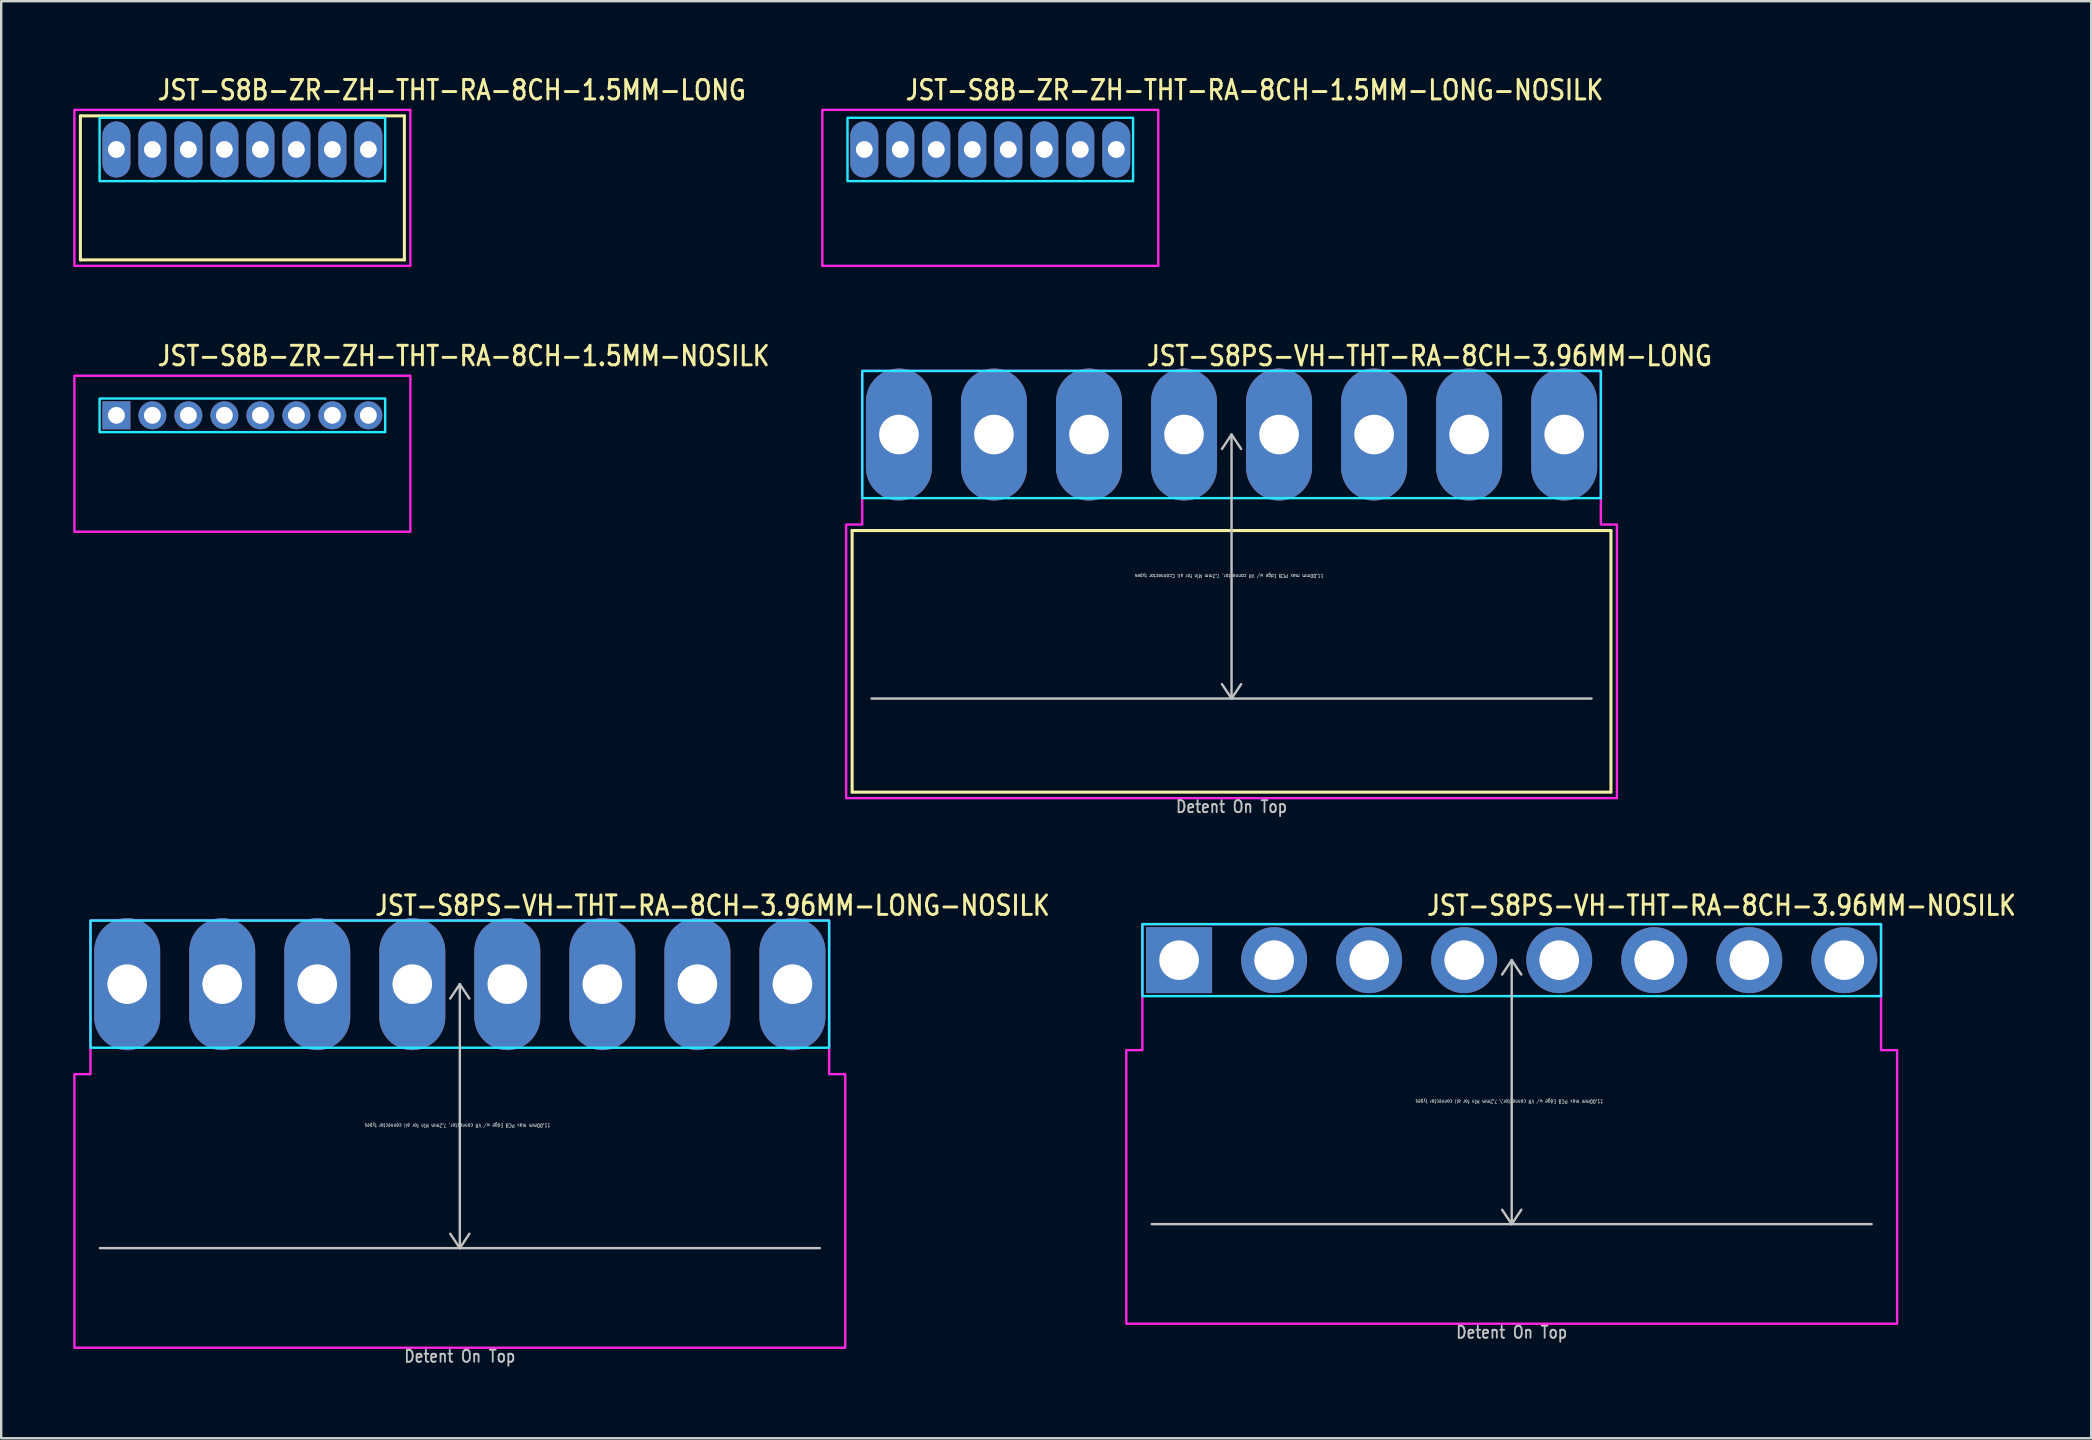
<source format=kicad_pcb>
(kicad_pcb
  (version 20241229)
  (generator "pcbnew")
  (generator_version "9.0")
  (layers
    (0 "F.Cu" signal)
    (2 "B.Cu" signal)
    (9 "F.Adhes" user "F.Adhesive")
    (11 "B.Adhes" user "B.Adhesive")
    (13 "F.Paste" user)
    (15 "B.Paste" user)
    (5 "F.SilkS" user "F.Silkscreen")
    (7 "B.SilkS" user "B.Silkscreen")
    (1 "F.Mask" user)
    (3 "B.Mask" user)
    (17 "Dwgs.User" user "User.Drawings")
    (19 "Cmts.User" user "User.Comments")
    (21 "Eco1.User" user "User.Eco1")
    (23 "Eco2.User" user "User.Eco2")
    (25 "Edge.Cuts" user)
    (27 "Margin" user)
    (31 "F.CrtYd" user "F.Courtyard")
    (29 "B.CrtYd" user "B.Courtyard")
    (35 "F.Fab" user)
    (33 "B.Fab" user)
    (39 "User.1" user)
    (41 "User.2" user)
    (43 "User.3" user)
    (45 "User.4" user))
  (footprint "JST-S8PS-VH-THT-RA-8CH-3.96MM-LONG-NOSILK"
    (layer "F.Cu")
    (at 16.11 37.959)
    (property "Reference" "JST-S8PS-VH-THT-RA-8CH-3.96MM-LONG-NOSILK" (at -3.6 -2.8 0) (unlocked yes) (layer "F.SilkS") (effects (font (size 0.813 0.695) (thickness 0.122)) (justify left bottom)))
    (fp_line (start -15 11) (end 15 11) (stroke (width 0.1) (type solid)) (layer "Dwgs.User"))
    (fp_line (start 0 0) (end -0.4 0.6) (stroke (width 0.1) (type solid)) (layer "Dwgs.User"))
    (fp_line (start 0 0) (end 0 11) (stroke (width 0.1) (type solid)) (layer "Dwgs.User"))
    (fp_line (start 0 0) (end 0.4 0.6) (stroke (width 0.1) (type solid)) (layer "Dwgs.User"))
    (fp_line (start 0 11) (end -0.4 10.4) (stroke (width 0.1) (type solid)) (layer "Dwgs.User"))
    (fp_line (start 0 11) (end 0.4 10.4) (stroke (width 0.1) (type solid)) (layer "Dwgs.User"))
    (fp_poly (pts (xy -15.39 -2.65) (xy -15.39 2.65) (xy 15.39 2.65) (xy 15.39 -2.65)) (stroke (width 0.1) (type solid)) (fill no) (layer "B.CrtYd"))
    (fp_poly (pts (xy -16.06 3.75) (xy -16.06 15.15) (xy 16.06 15.15) (xy 16.06 3.75) (xy 15.39 3.75) (xy 15.39 -2.65) (xy -15.39 -2.65) (xy -15.39 3.75)) (stroke (width 0.1) (type solid)) (fill no) (layer "F.CrtYd"))
    (fp_text user "Detent On Top" (at 0 15.8 0) (unlocked yes) (layer "Dwgs.User") (effects (font (size 0.5 0.427) (thickness 0.075)) (justify bottom)))
    (fp_text user "11.00mm max PCB Edge w/ VR connector, 7.2mm Min for all connector types" (at -0.1 5.8 180) (unlocked yes) (layer "Dwgs.User") (effects (font (size 0.15 0.128) (thickness 0.022)) (justify bottom)))
    (pad "1" thru_hole oval (at -13.86 0 90) (size 5.5 2.75) (drill 1.65) (layers "*.Cu" "*.Mask"))
    (pad "2" thru_hole oval (at -9.9 0 90) (size 5.5 2.75) (drill 1.65) (layers "*.Cu" "*.Mask"))
    (pad "3" thru_hole oval (at -5.94 0 90) (size 5.5 2.75) (drill 1.65) (layers "*.Cu" "*.Mask"))
    (pad "4" thru_hole oval (at -1.98 0 90) (size 5.5 2.75) (drill 1.65) (layers "*.Cu" "*.Mask"))
    (pad "5" thru_hole oval (at 1.98 0 90) (size 5.5 2.75) (drill 1.65) (layers "*.Cu" "*.Mask"))
    (pad "6" thru_hole oval (at 5.94 0 90) (size 5.5 2.75) (drill 1.65) (layers "*.Cu" "*.Mask"))
    (pad "7" thru_hole oval (at 9.9 0 90) (size 5.5 2.75) (drill 1.65) (layers "*.Cu" "*.Mask"))
    (pad "8" thru_hole oval (at 13.86 0 90) (size 5.5 2.75) (drill 1.65) (layers "*.Cu" "*.Mask")))
  (footprint "JST-S8B-ZR-ZH-THT-RA-8CH-1.5MM-LONG-NOSILK"
    (layer "F.Cu")
    (at 38.215 3.179)
    (property "Reference" "JST-S8B-ZR-ZH-THT-RA-8CH-1.5MM-LONG-NOSILK" (at -3.6 -2 0) (unlocked yes) (layer "F.SilkS") (effects (font (size 0.813 0.695) (thickness 0.122)) (justify left bottom)))
    (fp_poly (pts (xy -5.95 -1.32) (xy -5.95 1.32) (xy 5.95 1.32) (xy 5.95 -1.32)) (stroke (width 0.1) (type solid)) (fill no) (layer "B.CrtYd"))
    (fp_poly (pts (xy -7 -1.65) (xy -7 4.85) (xy 7 4.85) (xy 7 -1.65)) (stroke (width 0.1) (type solid)) (fill no) (layer "F.CrtYd"))
    (pad "1" thru_hole oval (at -5.25 0 90) (size 2.333 1.167) (drill 0.7) (layers "*.Cu" "*.Mask"))
    (pad "2" thru_hole oval (at -3.75 0 90) (size 2.333 1.167) (drill 0.7) (layers "*.Cu" "*.Mask"))
    (pad "3" thru_hole oval (at -2.25 0 90) (size 2.333 1.167) (drill 0.7) (layers "*.Cu" "*.Mask"))
    (pad "4" thru_hole oval (at -0.75 0 90) (size 2.333 1.167) (drill 0.7) (layers "*.Cu" "*.Mask"))
    (pad "5" thru_hole oval (at 0.75 0 90) (size 2.333 1.167) (drill 0.7) (layers "*.Cu" "*.Mask"))
    (pad "6" thru_hole oval (at 2.25 0 90) (size 2.333 1.167) (drill 0.7) (layers "*.Cu" "*.Mask"))
    (pad "7" thru_hole oval (at 3.75 0 90) (size 2.333 1.167) (drill 0.7) (layers "*.Cu" "*.Mask"))
    (pad "8" thru_hole oval (at 5.25 0 90) (size 2.333 1.167) (drill 0.7) (layers "*.Cu" "*.Mask")))
  (footprint "JST-S8PS-VH-THT-RA-8CH-3.96MM-NOSILK"
    (layer "F.Cu")
    (at 59.942 36.959)
    (property "Reference" "JST-S8PS-VH-THT-RA-8CH-3.96MM-NOSILK" (at -3.6 -1.8 0) (unlocked yes) (layer "F.SilkS") (effects (font (size 0.813 0.695) (thickness 0.122)) (justify left bottom)))
    (fp_line (start -15 11) (end 15 11) (stroke (width 0.1) (type solid)) (layer "Dwgs.User"))
    (fp_line (start 0 0) (end -0.4 0.6) (stroke (width 0.1) (type solid)) (layer "Dwgs.User"))
    (fp_line (start 0 0) (end 0 11) (stroke (width 0.1) (type solid)) (layer "Dwgs.User"))
    (fp_line (start 0 0) (end 0.4 0.6) (stroke (width 0.1) (type solid)) (layer "Dwgs.User"))
    (fp_line (start 0 11) (end -0.4 10.4) (stroke (width 0.1) (type solid)) (layer "Dwgs.User"))
    (fp_line (start 0 11) (end 0.4 10.4) (stroke (width 0.1) (type solid)) (layer "Dwgs.User"))
    (fp_poly (pts (xy -15.39 -1.5) (xy -15.39 1.5) (xy 15.39 1.5) (xy 15.39 -1.5)) (stroke (width 0.1) (type solid)) (fill no) (layer "B.CrtYd"))
    (fp_poly (pts (xy -16.06 3.75) (xy -16.06 15.15) (xy 16.06 15.15) (xy 16.06 3.75) (xy 15.39 3.75) (xy 15.39 -1.5) (xy -15.39 -1.5) (xy -15.39 3.75)) (stroke (width 0.1) (type solid)) (fill no) (layer "F.CrtYd"))
    (fp_text user "Detent On Top" (at 0 15.8 0) (unlocked yes) (layer "Dwgs.User") (effects (font (size 0.5 0.427) (thickness 0.075)) (justify bottom)))
    (fp_text user "11.00mm max PCB Edge w/ VR connector,\\ 7.2mm Min for all connector types" (at -0.1 5.8 180) (unlocked yes) (layer "Dwgs.User") (effects (font (size 0.15 0.128) (thickness 0.022)) (justify bottom)))
    (pad "1" thru_hole rect (at -13.86 0) (size 2.75 2.75) (drill 1.65) (layers "*.Cu" "*.Mask"))
    (pad "2" thru_hole oval (at -9.9 0) (size 2.75 2.75) (drill 1.65) (layers "*.Cu" "*.Mask"))
    (pad "3" thru_hole oval (at -5.94 0) (size 2.75 2.75) (drill 1.65) (layers "*.Cu" "*.Mask"))
    (pad "4" thru_hole oval (at -1.98 0) (size 2.75 2.75) (drill 1.65) (layers "*.Cu" "*.Mask"))
    (pad "5" thru_hole oval (at 1.98 0) (size 2.75 2.75) (drill 1.65) (layers "*.Cu" "*.Mask"))
    (pad "6" thru_hole oval (at 5.94 0) (size 2.75 2.75) (drill 1.65) (layers "*.Cu" "*.Mask"))
    (pad "7" thru_hole oval (at 9.9 0) (size 2.75 2.75) (drill 1.65) (layers "*.Cu" "*.Mask"))
    (pad "8" thru_hole oval (at 13.86 0) (size 2.75 2.75) (drill 1.65) (layers "*.Cu" "*.Mask")))
  (footprint "JST-S8B-ZR-ZH-THT-RA-8CH-1.5MM-LONG"
    (layer "F.Cu")
    (at 7.05 3.179)
    (property "Reference" "JST-S8B-ZR-ZH-THT-RA-8CH-1.5MM-LONG" (at -3.6 -2 0) (unlocked yes) (layer "F.SilkS") (effects (font (size 0.813 0.695) (thickness 0.122)) (justify left bottom)))
    (fp_line (start -6.75 -1.4) (end 6.75 -1.4) (stroke (width 0.127) (type solid)) (layer "F.SilkS"))
    (fp_line (start -6.75 4.6) (end -6.75 -1.4) (stroke (width 0.127) (type solid)) (layer "F.SilkS"))
    (fp_line (start -6.75 4.6) (end 6.75 4.6) (stroke (width 0.127) (type solid)) (layer "F.SilkS"))
    (fp_line (start 6.75 -1.4) (end 6.75 4.6) (stroke (width 0.127) (type solid)) (layer "F.SilkS"))
    (fp_poly (pts (xy -5.95 -1.32) (xy -5.95 1.32) (xy 5.95 1.32) (xy 5.95 -1.32)) (stroke (width 0.1) (type solid)) (fill no) (layer "B.CrtYd"))
    (fp_poly (pts (xy -7 -1.65) (xy -7 4.85) (xy 7 4.85) (xy 7 -1.65)) (stroke (width 0.1) (type solid)) (fill no) (layer "F.CrtYd"))
    (pad "1" thru_hole oval (at -5.25 0 90) (size 2.333 1.167) (drill 0.7) (layers "*.Cu" "*.Mask"))
    (pad "2" thru_hole oval (at -3.75 0 90) (size 2.333 1.167) (drill 0.7) (layers "*.Cu" "*.Mask"))
    (pad "3" thru_hole oval (at -2.25 0 90) (size 2.333 1.167) (drill 0.7) (layers "*.Cu" "*.Mask"))
    (pad "4" thru_hole oval (at -0.75 0 90) (size 2.333 1.167) (drill 0.7) (layers "*.Cu" "*.Mask"))
    (pad "5" thru_hole oval (at 0.75 0 90) (size 2.333 1.167) (drill 0.7) (layers "*.Cu" "*.Mask"))
    (pad "6" thru_hole oval (at 2.25 0 90) (size 2.333 1.167) (drill 0.7) (layers "*.Cu" "*.Mask"))
    (pad "7" thru_hole oval (at 3.75 0 90) (size 2.333 1.167) (drill 0.7) (layers "*.Cu" "*.Mask"))
    (pad "8" thru_hole oval (at 5.25 0 90) (size 2.333 1.167) (drill 0.7) (layers "*.Cu" "*.Mask")))
  (footprint "JST-S8B-ZR-ZH-THT-RA-8CH-1.5MM-NOSILK"
    (layer "F.Cu")
    (at 7.05 14.257)
    (property "Reference" "JST-S8B-ZR-ZH-THT-RA-8CH-1.5MM-NOSILK" (at -3.6 -2 0) (unlocked yes) (layer "F.SilkS") (effects (font (size 0.813 0.695) (thickness 0.122)) (justify left bottom)))
    (fp_poly (pts (xy -5.95 -0.7) (xy -5.95 0.7) (xy 5.95 0.7) (xy 5.95 -0.7)) (stroke (width 0.1) (type solid)) (fill no) (layer "B.CrtYd"))
    (fp_poly (pts (xy -7 -1.65) (xy -7 4.85) (xy 7 4.85) (xy 7 -1.65)) (stroke (width 0.1) (type solid)) (fill no) (layer "F.CrtYd"))
    (pad "1" thru_hole rect (at -5.25 0) (size 1.167 1.167) (drill 0.7) (layers "*.Cu" "*.Mask"))
    (pad "2" thru_hole oval (at -3.75 0) (size 1.167 1.167) (drill 0.7) (layers "*.Cu" "*.Mask"))
    (pad "3" thru_hole oval (at -2.25 0) (size 1.167 1.167) (drill 0.7) (layers "*.Cu" "*.Mask"))
    (pad "4" thru_hole oval (at -0.75 0) (size 1.167 1.167) (drill 0.7) (layers "*.Cu" "*.Mask"))
    (pad "5" thru_hole oval (at 0.75 0) (size 1.167 1.167) (drill 0.7) (layers "*.Cu" "*.Mask"))
    (pad "6" thru_hole oval (at 2.25 0) (size 1.167 1.167) (drill 0.7) (layers "*.Cu" "*.Mask"))
    (pad "7" thru_hole oval (at 3.75 0) (size 1.167 1.167) (drill 0.7) (layers "*.Cu" "*.Mask"))
    (pad "8" thru_hole oval (at 5.25 0) (size 1.167 1.167) (drill 0.7) (layers "*.Cu" "*.Mask")))
  (footprint "JST-S8PS-VH-THT-RA-8CH-3.96MM-LONG"
    (layer "F.Cu")
    (at 48.268 15.057)
    (property "Reference" "JST-S8PS-VH-THT-RA-8CH-3.96MM-LONG" (at -3.6 -2.8 0) (unlocked yes) (layer "F.SilkS") (effects (font (size 0.813 0.695) (thickness 0.122)) (justify left bottom)))
    (fp_line (start -15.81 4) (end 15.81 4) (stroke (width 0.127) (type solid)) (layer "F.SilkS"))
    (fp_line (start -15.81 14.9) (end -15.81 4) (stroke (width 0.127) (type solid)) (layer "F.SilkS"))
    (fp_line (start -15.81 14.9) (end 15.81 14.9) (stroke (width 0.127) (type solid)) (layer "F.SilkS"))
    (fp_line (start 15.81 4) (end 15.81 14.9) (stroke (width 0.127) (type solid)) (layer "F.SilkS"))
    (fp_line (start -15 11) (end 15 11) (stroke (width 0.1) (type solid)) (layer "Dwgs.User"))
    (fp_line (start 0 0) (end -0.4 0.6) (stroke (width 0.1) (type solid)) (layer "Dwgs.User"))
    (fp_line (start 0 0) (end 0 11) (stroke (width 0.1) (type solid)) (layer "Dwgs.User"))
    (fp_line (start 0 0) (end 0.4 0.6) (stroke (width 0.1) (type solid)) (layer "Dwgs.User"))
    (fp_line (start 0 11) (end -0.4 10.4) (stroke (width 0.1) (type solid)) (layer "Dwgs.User"))
    (fp_line (start 0 11) (end 0.4 10.4) (stroke (width 0.1) (type solid)) (layer "Dwgs.User"))
    (fp_poly (pts (xy -15.39 -2.65) (xy -15.39 2.65) (xy 15.39 2.65) (xy 15.39 -2.65)) (stroke (width 0.1) (type solid)) (fill no) (layer "B.CrtYd"))
    (fp_poly (pts (xy -16.06 3.75) (xy -16.06 15.15) (xy 16.06 15.15) (xy 16.06 3.75) (xy 15.39 3.75) (xy 15.39 -2.65) (xy -15.39 -2.65) (xy -15.39 3.75)) (stroke (width 0.1) (type solid)) (fill no) (layer "F.CrtYd"))
    (fp_text user "Detent On Top" (at 0 15.8 0) (unlocked yes) (layer "Dwgs.User") (effects (font (size 0.5 0.427) (thickness 0.075)) (justify bottom)))
    (fp_text user "11.00mm max PCB Edge w/ VR connector, 7.2mm Min for all Cconnector types" (at -0.1 5.8 180) (unlocked yes) (layer "Dwgs.User") (effects (font (size 0.15 0.128) (thickness 0.022)) (justify bottom)))
    (pad "1" thru_hole oval (at -13.86 0 90) (size 5.5 2.75) (drill 1.65) (layers "*.Cu" "*.Mask"))
    (pad "2" thru_hole oval (at -9.9 0 90) (size 5.5 2.75) (drill 1.65) (layers "*.Cu" "*.Mask"))
    (pad "3" thru_hole oval (at -5.94 0 90) (size 5.5 2.75) (drill 1.65) (layers "*.Cu" "*.Mask"))
    (pad "4" thru_hole oval (at -1.98 0 90) (size 5.5 2.75) (drill 1.65) (layers "*.Cu" "*.Mask"))
    (pad "5" thru_hole oval (at 1.98 0 90) (size 5.5 2.75) (drill 1.65) (layers "*.Cu" "*.Mask"))
    (pad "6" thru_hole oval (at 5.94 0 90) (size 5.5 2.75) (drill 1.65) (layers "*.Cu" "*.Mask"))
    (pad "7" thru_hole oval (at 9.9 0 90) (size 5.5 2.75) (drill 1.65) (layers "*.Cu" "*.Mask"))
    (pad "8" thru_hole oval (at 13.86 0 90) (size 5.5 2.75) (drill 1.65) (layers "*.Cu" "*.Mask")))
  (gr_rect
    (start -3 -3)
    (end 84.091 56.882)
    (stroke (width 0.1) (type default))
    (fill no)
    (layer "Edge.Cuts")))
</source>
